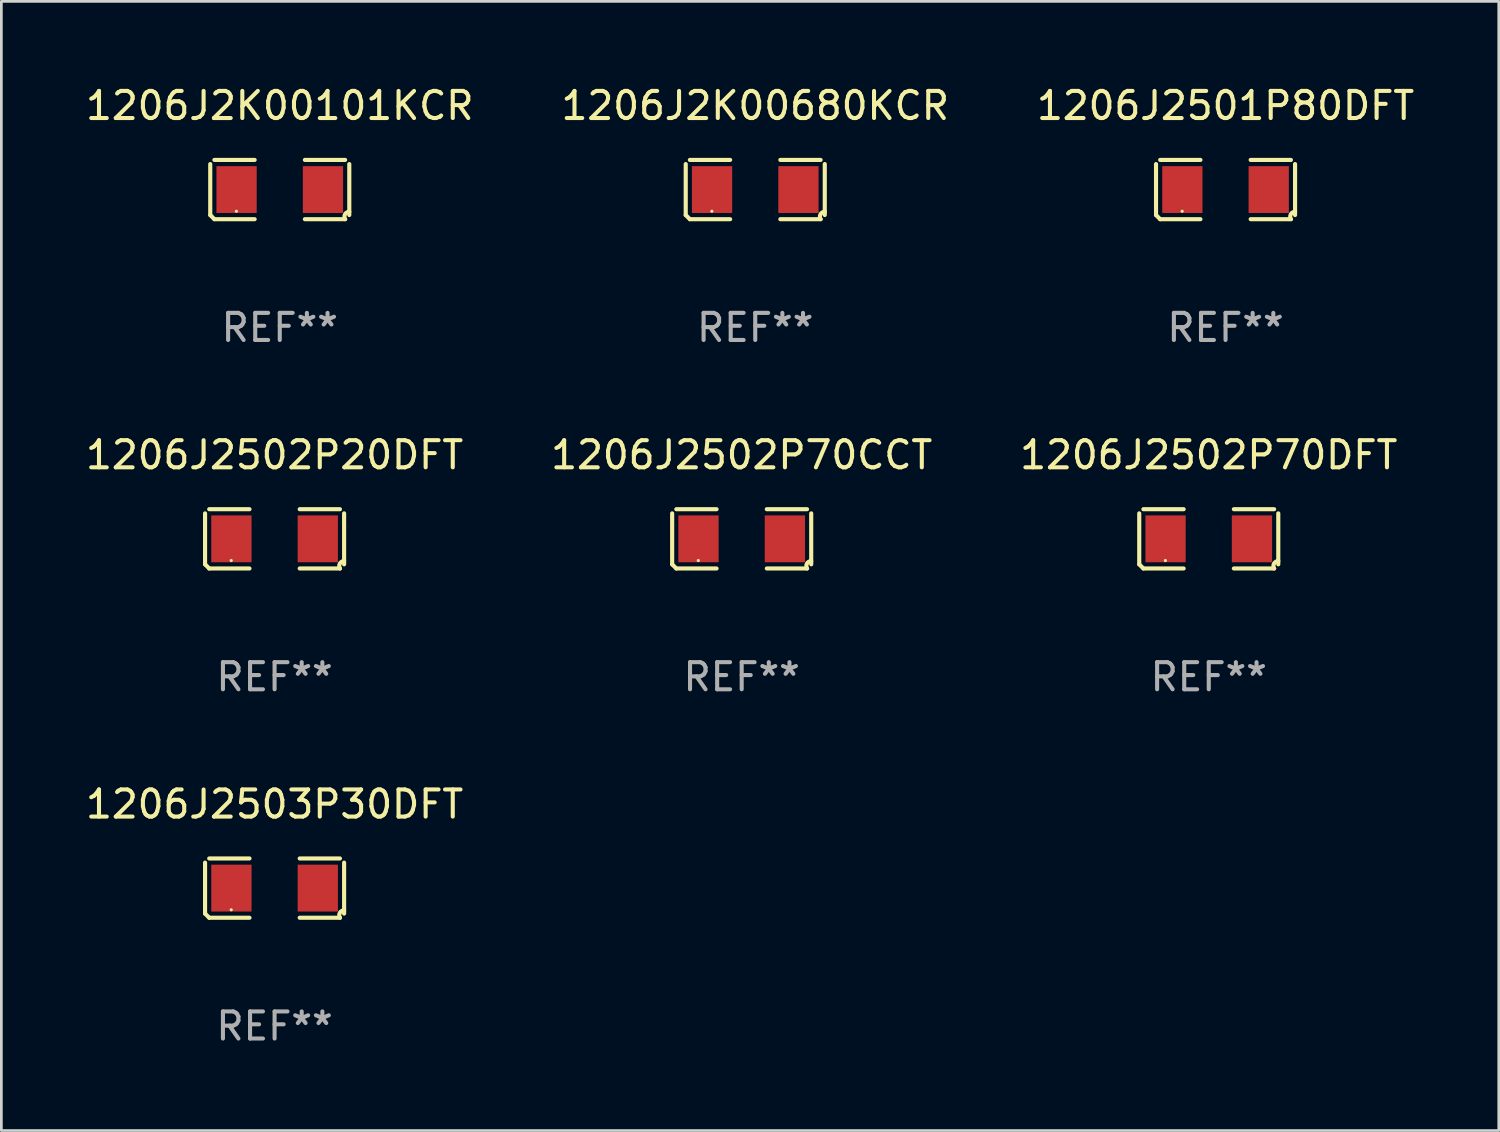
<source format=kicad_pcb>
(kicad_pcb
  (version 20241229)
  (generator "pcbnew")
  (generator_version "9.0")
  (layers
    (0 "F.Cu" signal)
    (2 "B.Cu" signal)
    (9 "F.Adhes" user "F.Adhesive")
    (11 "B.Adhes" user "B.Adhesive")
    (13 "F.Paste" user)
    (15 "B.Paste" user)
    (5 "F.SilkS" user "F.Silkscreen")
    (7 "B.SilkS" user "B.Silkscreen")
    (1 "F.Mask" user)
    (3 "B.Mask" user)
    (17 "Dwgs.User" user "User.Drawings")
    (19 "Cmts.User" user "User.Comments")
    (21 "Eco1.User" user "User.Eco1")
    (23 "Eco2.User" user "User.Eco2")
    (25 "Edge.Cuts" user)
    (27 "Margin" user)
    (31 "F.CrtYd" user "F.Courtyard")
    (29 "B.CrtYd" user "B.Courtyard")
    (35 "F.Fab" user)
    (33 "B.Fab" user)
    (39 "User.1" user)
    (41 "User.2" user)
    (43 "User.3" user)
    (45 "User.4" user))
  (footprint "1206J2K00680KCR"
    (layer "F.Cu")
    (at 24.804 3.941)
    (property "Reference" "1206J2K00680KCR" (at 0 -3.093 0) (layer "F.SilkS") (effects (font (size 1 1) (thickness 0.15))))
    (attr through_hole)
    (fp_line (start -2.564 0.94) (end -2.564 -0.94) (stroke (width 0.152) (type solid)) (layer "F.SilkS"))
    (fp_line (start -2.411 -1.093) (end -0.926 -1.093) (stroke (width 0.152) (type solid)) (layer "F.SilkS"))
    (fp_line (start -0.926 1.093) (end -2.411 1.093) (stroke (width 0.152) (type solid)) (layer "F.SilkS"))
    (fp_line (start 0.926 1.093) (end 2.411 1.093) (stroke (width 0.152) (type solid)) (layer "F.SilkS"))
    (fp_line (start 2.411 -1.093) (end 0.926 -1.093) (stroke (width 0.152) (type solid)) (layer "F.SilkS"))
    (fp_line (start 2.564 0.94) (end 2.564 -0.94) (stroke (width 0.152) (type solid)) (layer "F.SilkS"))
    (fp_arc (start -2.411201 1.092609) (mid -2.487413 1.01642) (end -2.563602 0.940208) (stroke (width 0.1524) (type solid)) (layer "F.SilkS"))
    (fp_arc (start 2.411201 1.092609) (mid 2.407159 0.911226) (end 2.563602 0.819347) (stroke (width 0.1524) (type solid)) (layer "F.SilkS"))
    (fp_circle (center -1.6 0.8) (end -1.57 0.8) (stroke (width 0.06) (type solid)) (fill no) (layer "F.SilkS"))
    (fp_text user "REF**" (at 0 5.093 0) (layer "F.Fab") (effects (font (size 1 1) (thickness 0.15))))
    (pad "1" smd rect (at -1.593 0) (size 1.485 1.728) (layers "F.Cu" "F.Mask" "F.Paste"))
    (pad "2" smd rect (at 1.593 0) (size 1.485 1.728) (layers "F.Cu" "F.Mask" "F.Paste")))
  (footprint "1206J2501P80DFT"
    (layer "F.Cu")
    (at 42.149 3.941)
    (property "Reference" "1206J2501P80DFT" (at 0 -3.093 0) (layer "F.SilkS") (effects (font (size 1 1) (thickness 0.15))))
    (attr through_hole)
    (fp_line (start -2.564 0.94) (end -2.564 -0.94) (stroke (width 0.152) (type solid)) (layer "F.SilkS"))
    (fp_line (start -2.411 -1.093) (end -0.926 -1.093) (stroke (width 0.152) (type solid)) (layer "F.SilkS"))
    (fp_line (start -0.926 1.093) (end -2.411 1.093) (stroke (width 0.152) (type solid)) (layer "F.SilkS"))
    (fp_line (start 0.926 1.093) (end 2.411 1.093) (stroke (width 0.152) (type solid)) (layer "F.SilkS"))
    (fp_line (start 2.411 -1.093) (end 0.926 -1.093) (stroke (width 0.152) (type solid)) (layer "F.SilkS"))
    (fp_line (start 2.564 0.94) (end 2.564 -0.94) (stroke (width 0.152) (type solid)) (layer "F.SilkS"))
    (fp_arc (start -2.411201 1.092609) (mid -2.487413 1.01642) (end -2.563602 0.940208) (stroke (width 0.1524) (type solid)) (layer "F.SilkS"))
    (fp_arc (start 2.411201 1.092609) (mid 2.407159 0.911226) (end 2.563602 0.819347) (stroke (width 0.1524) (type solid)) (layer "F.SilkS"))
    (fp_circle (center -1.6 0.8) (end -1.57 0.8) (stroke (width 0.06) (type solid)) (fill no) (layer "F.SilkS"))
    (fp_text user "REF**" (at 0 5.093 0) (layer "F.Fab") (effects (font (size 1 1) (thickness 0.15))))
    (pad "1" smd rect (at -1.593 0) (size 1.485 1.728) (layers "F.Cu" "F.Mask" "F.Paste"))
    (pad "2" smd rect (at 1.593 0) (size 1.485 1.728) (layers "F.Cu" "F.Mask" "F.Paste")))
  (footprint "1206J2502P20DFT"
    (layer "F.Cu")
    (at 7.077 16.823)
    (property "Reference" "1206J2502P20DFT" (at 0 -3.093 0) (layer "F.SilkS") (effects (font (size 1 1) (thickness 0.15))))
    (attr through_hole)
    (fp_line (start -2.564 0.94) (end -2.564 -0.94) (stroke (width 0.152) (type solid)) (layer "F.SilkS"))
    (fp_line (start -2.411 -1.093) (end -0.926 -1.093) (stroke (width 0.152) (type solid)) (layer "F.SilkS"))
    (fp_line (start -0.926 1.093) (end -2.411 1.093) (stroke (width 0.152) (type solid)) (layer "F.SilkS"))
    (fp_line (start 0.926 1.093) (end 2.411 1.093) (stroke (width 0.152) (type solid)) (layer "F.SilkS"))
    (fp_line (start 2.411 -1.093) (end 0.926 -1.093) (stroke (width 0.152) (type solid)) (layer "F.SilkS"))
    (fp_line (start 2.564 0.94) (end 2.564 -0.94) (stroke (width 0.152) (type solid)) (layer "F.SilkS"))
    (fp_arc (start -2.411201 1.092609) (mid -2.487413 1.01642) (end -2.563602 0.940208) (stroke (width 0.1524) (type solid)) (layer "F.SilkS"))
    (fp_arc (start 2.411201 1.092609) (mid 2.407159 0.911226) (end 2.563602 0.819347) (stroke (width 0.1524) (type solid)) (layer "F.SilkS"))
    (fp_circle (center -1.6 0.8) (end -1.57 0.8) (stroke (width 0.06) (type solid)) (fill no) (layer "F.SilkS"))
    (fp_text user "REF**" (at 0 5.093 0) (layer "F.Fab") (effects (font (size 1 1) (thickness 0.15))))
    (pad "1" smd rect (at -1.593 0) (size 1.485 1.728) (layers "F.Cu" "F.Mask" "F.Paste"))
    (pad "2" smd rect (at 1.593 0) (size 1.485 1.728) (layers "F.Cu" "F.Mask" "F.Paste")))
  (footprint "1206J2503P30DFT"
    (layer "F.Cu")
    (at 7.077 29.704)
    (property "Reference" "1206J2503P30DFT" (at 0 -3.093 0) (layer "F.SilkS") (effects (font (size 1 1) (thickness 0.15))))
    (attr through_hole)
    (fp_line (start -2.564 0.94) (end -2.564 -0.94) (stroke (width 0.152) (type solid)) (layer "F.SilkS"))
    (fp_line (start -2.411 -1.093) (end -0.926 -1.093) (stroke (width 0.152) (type solid)) (layer "F.SilkS"))
    (fp_line (start -0.926 1.093) (end -2.411 1.093) (stroke (width 0.152) (type solid)) (layer "F.SilkS"))
    (fp_line (start 0.926 1.093) (end 2.411 1.093) (stroke (width 0.152) (type solid)) (layer "F.SilkS"))
    (fp_line (start 2.411 -1.093) (end 0.926 -1.093) (stroke (width 0.152) (type solid)) (layer "F.SilkS"))
    (fp_line (start 2.564 0.94) (end 2.564 -0.94) (stroke (width 0.152) (type solid)) (layer "F.SilkS"))
    (fp_arc (start -2.411201 1.092609) (mid -2.487413 1.01642) (end -2.563602 0.940208) (stroke (width 0.1524) (type solid)) (layer "F.SilkS"))
    (fp_arc (start 2.411201 1.092609) (mid 2.407159 0.911226) (end 2.563602 0.819347) (stroke (width 0.1524) (type solid)) (layer "F.SilkS"))
    (fp_circle (center -1.6 0.8) (end -1.57 0.8) (stroke (width 0.06) (type solid)) (fill no) (layer "F.SilkS"))
    (fp_text user "REF**" (at 0 5.093 0) (layer "F.Fab") (effects (font (size 1 1) (thickness 0.15))))
    (pad "1" smd rect (at -1.593 0) (size 1.485 1.728) (layers "F.Cu" "F.Mask" "F.Paste"))
    (pad "2" smd rect (at 1.593 0) (size 1.485 1.728) (layers "F.Cu" "F.Mask" "F.Paste")))
  (footprint "1206J2K00101KCR"
    (layer "F.Cu")
    (at 7.268 3.941)
    (property "Reference" "1206J2K00101KCR" (at 0 -3.093 0) (layer "F.SilkS") (effects (font (size 1 1) (thickness 0.15))))
    (attr through_hole)
    (fp_line (start -2.564 0.94) (end -2.564 -0.94) (stroke (width 0.152) (type solid)) (layer "F.SilkS"))
    (fp_line (start -2.411 -1.093) (end -0.926 -1.093) (stroke (width 0.152) (type solid)) (layer "F.SilkS"))
    (fp_line (start -0.926 1.093) (end -2.411 1.093) (stroke (width 0.152) (type solid)) (layer "F.SilkS"))
    (fp_line (start 0.926 1.093) (end 2.411 1.093) (stroke (width 0.152) (type solid)) (layer "F.SilkS"))
    (fp_line (start 2.411 -1.093) (end 0.926 -1.093) (stroke (width 0.152) (type solid)) (layer "F.SilkS"))
    (fp_line (start 2.564 0.94) (end 2.564 -0.94) (stroke (width 0.152) (type solid)) (layer "F.SilkS"))
    (fp_arc (start -2.411201 1.092609) (mid -2.487413 1.01642) (end -2.563602 0.940208) (stroke (width 0.1524) (type solid)) (layer "F.SilkS"))
    (fp_arc (start 2.411201 1.092609) (mid 2.407159 0.911226) (end 2.563602 0.819347) (stroke (width 0.1524) (type solid)) (layer "F.SilkS"))
    (fp_circle (center -1.6 0.8) (end -1.57 0.8) (stroke (width 0.06) (type solid)) (fill no) (layer "F.SilkS"))
    (fp_text user "REF**" (at 0 5.093 0) (layer "F.Fab") (effects (font (size 1 1) (thickness 0.15))))
    (pad "1" smd rect (at -1.593 0) (size 1.485 1.728) (layers "F.Cu" "F.Mask" "F.Paste"))
    (pad "2" smd rect (at 1.593 0) (size 1.485 1.728) (layers "F.Cu" "F.Mask" "F.Paste")))
  (footprint "1206J2502P70CCT"
    (layer "F.Cu")
    (at 24.304 16.823)
    (property "Reference" "1206J2502P70CCT" (at 0 -3.093 0) (layer "F.SilkS") (effects (font (size 1 1) (thickness 0.15))))
    (attr through_hole)
    (fp_line (start -2.564 0.94) (end -2.564 -0.94) (stroke (width 0.152) (type solid)) (layer "F.SilkS"))
    (fp_line (start -2.411 -1.093) (end -0.926 -1.093) (stroke (width 0.152) (type solid)) (layer "F.SilkS"))
    (fp_line (start -0.926 1.093) (end -2.411 1.093) (stroke (width 0.152) (type solid)) (layer "F.SilkS"))
    (fp_line (start 0.926 1.093) (end 2.411 1.093) (stroke (width 0.152) (type solid)) (layer "F.SilkS"))
    (fp_line (start 2.411 -1.093) (end 0.926 -1.093) (stroke (width 0.152) (type solid)) (layer "F.SilkS"))
    (fp_line (start 2.564 0.94) (end 2.564 -0.94) (stroke (width 0.152) (type solid)) (layer "F.SilkS"))
    (fp_arc (start -2.411201 1.092609) (mid -2.487413 1.01642) (end -2.563602 0.940208) (stroke (width 0.1524) (type solid)) (layer "F.SilkS"))
    (fp_arc (start 2.411201 1.092609) (mid 2.407159 0.911226) (end 2.563602 0.819347) (stroke (width 0.1524) (type solid)) (layer "F.SilkS"))
    (fp_circle (center -1.6 0.8) (end -1.57 0.8) (stroke (width 0.06) (type solid)) (fill no) (layer "F.SilkS"))
    (fp_text user "REF**" (at 0 5.093 0) (layer "F.Fab") (effects (font (size 1 1) (thickness 0.15))))
    (pad "1" smd rect (at -1.593 0) (size 1.485 1.728) (layers "F.Cu" "F.Mask" "F.Paste"))
    (pad "2" smd rect (at 1.593 0) (size 1.485 1.728) (layers "F.Cu" "F.Mask" "F.Paste")))
  (footprint "1206J2502P70DFT"
    (layer "F.Cu")
    (at 41.53 16.823)
    (property "Reference" "1206J2502P70DFT" (at 0 -3.093 0) (layer "F.SilkS") (effects (font (size 1 1) (thickness 0.15))))
    (attr through_hole)
    (fp_line (start -2.564 0.94) (end -2.564 -0.94) (stroke (width 0.152) (type solid)) (layer "F.SilkS"))
    (fp_line (start -2.411 -1.093) (end -0.926 -1.093) (stroke (width 0.152) (type solid)) (layer "F.SilkS"))
    (fp_line (start -0.926 1.093) (end -2.411 1.093) (stroke (width 0.152) (type solid)) (layer "F.SilkS"))
    (fp_line (start 0.926 1.093) (end 2.411 1.093) (stroke (width 0.152) (type solid)) (layer "F.SilkS"))
    (fp_line (start 2.411 -1.093) (end 0.926 -1.093) (stroke (width 0.152) (type solid)) (layer "F.SilkS"))
    (fp_line (start 2.564 0.94) (end 2.564 -0.94) (stroke (width 0.152) (type solid)) (layer "F.SilkS"))
    (fp_arc (start -2.411201 1.092609) (mid -2.487413 1.01642) (end -2.563602 0.940208) (stroke (width 0.1524) (type solid)) (layer "F.SilkS"))
    (fp_arc (start 2.411201 1.092609) (mid 2.407159 0.911226) (end 2.563602 0.819347) (stroke (width 0.1524) (type solid)) (layer "F.SilkS"))
    (fp_circle (center -1.6 0.8) (end -1.57 0.8) (stroke (width 0.06) (type solid)) (fill no) (layer "F.SilkS"))
    (fp_text user "REF**" (at 0 5.093 0) (layer "F.Fab") (effects (font (size 1 1) (thickness 0.15))))
    (pad "1" smd rect (at -1.593 0) (size 1.485 1.728) (layers "F.Cu" "F.Mask" "F.Paste"))
    (pad "2" smd rect (at 1.593 0) (size 1.485 1.728) (layers "F.Cu" "F.Mask" "F.Paste")))
  (gr_rect
    (start -3 -3)
    (end 52.226 38.645)
    (stroke (width 0.1) (type default))
    (fill no)
    (layer "Edge.Cuts")))
</source>
